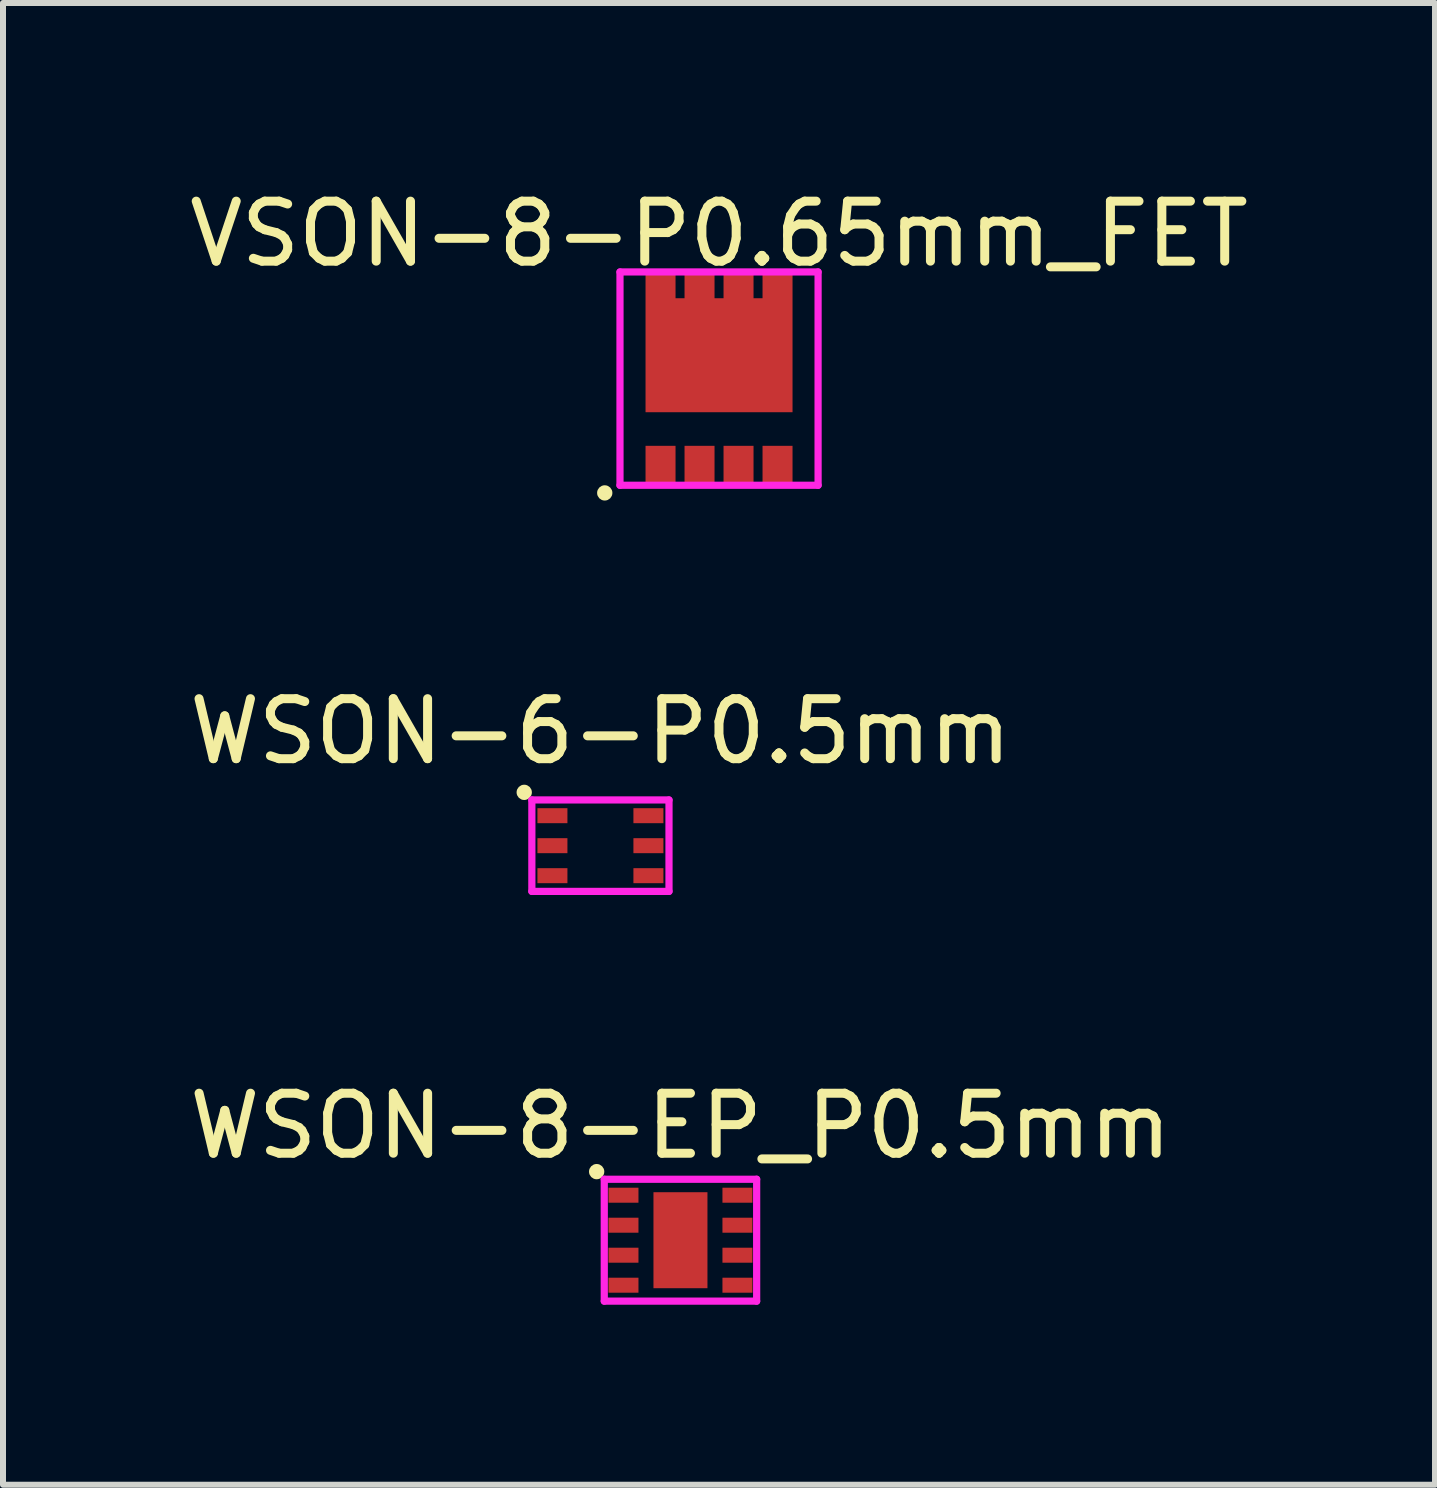
<source format=kicad_pcb>
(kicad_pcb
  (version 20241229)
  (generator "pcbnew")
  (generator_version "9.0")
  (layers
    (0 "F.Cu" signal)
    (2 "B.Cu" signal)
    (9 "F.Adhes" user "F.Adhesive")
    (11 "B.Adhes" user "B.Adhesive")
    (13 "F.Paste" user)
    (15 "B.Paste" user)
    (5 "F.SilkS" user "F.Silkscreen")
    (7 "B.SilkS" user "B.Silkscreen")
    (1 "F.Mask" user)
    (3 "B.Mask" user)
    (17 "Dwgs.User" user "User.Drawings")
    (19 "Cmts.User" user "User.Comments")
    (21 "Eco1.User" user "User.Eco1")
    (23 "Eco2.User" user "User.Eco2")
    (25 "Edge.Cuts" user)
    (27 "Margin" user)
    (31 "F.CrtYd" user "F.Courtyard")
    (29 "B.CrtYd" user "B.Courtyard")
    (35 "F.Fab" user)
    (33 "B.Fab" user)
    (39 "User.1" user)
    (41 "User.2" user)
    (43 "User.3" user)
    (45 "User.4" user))
  (footprint "WSON-6-P0.5mm"
    (layer "F.Cu")
    (at 6.958 11.046)
    (property "Reference" "WSON-6-P0.5mm" (at 0 -1.905 0) (layer "F.SilkS") (effects (font (size 1 1) (thickness 0.15))))
    (attr through_hole)
    (fp_circle (center -1.27 -0.889) (end -1.206 -0.889) (stroke (width 0.127) (type solid)) (fill no) (layer "F.SilkS"))
    (fp_line (start -1.143 -0.762) (end -1.143 0.762) (stroke (width 0.12) (type solid)) (layer "F.CrtYd"))
    (fp_line (start -1.143 0.762) (end 1.143 0.762) (stroke (width 0.12) (type solid)) (layer "F.CrtYd"))
    (fp_line (start 1.143 -0.762) (end -1.143 -0.762) (stroke (width 0.12) (type solid)) (layer "F.CrtYd"))
    (fp_line (start 1.143 0.762) (end 1.143 -0.762) (stroke (width 0.12) (type solid)) (layer "F.CrtYd"))
    (pad "1" smd rect (at -0.8 -0.5) (size 0.5 0.25) (layers "F.Cu" "F.Mask" "F.Paste"))
    (pad "2" smd rect (at -0.8 0) (size 0.5 0.25) (layers "F.Cu" "F.Mask" "F.Paste"))
    (pad "3" smd rect (at -0.8 0.5) (size 0.5 0.25) (layers "F.Cu" "F.Mask" "F.Paste"))
    (pad "4" smd rect (at 0.8 0.5) (size 0.5 0.25) (layers "F.Cu" "F.Mask" "F.Paste"))
    (pad "5" smd rect (at 0.8 0) (size 0.5 0.25) (layers "F.Cu" "F.Mask" "F.Paste"))
    (pad "6" smd rect (at 0.8 -0.5) (size 0.5 0.25) (layers "F.Cu" "F.Mask" "F.Paste")))
  (footprint "VSON-8-P0.65mm_FET"
    (layer "F.Cu")
    (at 8.935 3.261)
    (property "Reference" "VSON-8-P0.65mm_FET" (at 0 -2.413 0) (layer "F.SilkS") (effects (font (size 1 1) (thickness 0.15))))
    (attr smd)
    (fp_circle (center -1.905 1.905) (end -1.841 1.905) (stroke (width 0.127) (type solid)) (fill no) (layer "F.SilkS"))
    (fp_line (start -1.651 -1.778) (end -1.651 1.778) (stroke (width 0.12) (type solid)) (layer "F.CrtYd"))
    (fp_line (start -1.651 1.778) (end 1.651 1.778) (stroke (width 0.12) (type solid)) (layer "F.CrtYd"))
    (fp_line (start 1.651 -1.778) (end -1.651 -1.778) (stroke (width 0.12) (type solid)) (layer "F.CrtYd"))
    (fp_line (start 1.651 1.778) (end 1.651 -1.778) (stroke (width 0.12) (type solid)) (layer "F.CrtYd"))
    (pad "1" smd rect (at -0.975 1.435) (size 0.5 0.63) (layers "F.Cu" "F.Mask" "F.Paste"))
    (pad "1" smd rect (at -0.325 1.435) (size 0.5 0.63) (layers "F.Cu" "F.Mask" "F.Paste"))
    (pad "1" smd rect (at 0.325 1.435) (size 0.5 0.63) (layers "F.Cu" "F.Mask" "F.Paste"))
    (pad "2" smd rect (at 0.975 1.435) (size 0.5 0.63) (layers "F.Cu" "F.Mask" "F.Paste"))
    (pad "3" smd custom (at 0 0) (size 0.5 0.63) (layers "F.Cu" "F.Mask" "F.Paste") (options (anchor rect)) (primitives (gr_poly (pts (xy 1.225 0.56) (xy 1.225 -1.75) (xy 0.725 -1.75) (xy 0.725 -1.34) (xy 0.575 -1.34) (xy 0.575 -1.75) (xy 0.075 -1.75) (xy 0.075 -1.34) (xy -0.075 -1.34) (xy -0.075 -1.75) (xy -0.575 -1.75) (xy -0.575 -1.34) (xy -0.725 -1.34) (xy -0.725 -1.75) (xy -1.225 -1.75) (xy -1.225 0.56)) (width 0) (fill yes)))))
  (footprint "WSON-8-EP_P0.5mm"
    (layer "F.Cu")
    (at 8.292 17.622)
    (property "Reference" "WSON-8-EP_P0.5mm" (at 0 -1.905 0) (layer "F.SilkS") (effects (font (size 1 1) (thickness 0.15))))
    (attr through_hole)
    (fp_circle (center -1.397 -1.143) (end -1.333 -1.143) (stroke (width 0.127) (type solid)) (fill no) (layer "F.SilkS"))
    (fp_line (start -1.27 -1.016) (end -1.27 1.016) (stroke (width 0.12) (type solid)) (layer "F.CrtYd"))
    (fp_line (start -1.27 1.016) (end 1.27 1.016) (stroke (width 0.12) (type solid)) (layer "F.CrtYd"))
    (fp_line (start 1.27 -1.016) (end -1.27 -1.016) (stroke (width 0.12) (type solid)) (layer "F.CrtYd"))
    (fp_line (start 1.27 1.016) (end 1.27 -1.016) (stroke (width 0.12) (type solid)) (layer "F.CrtYd"))
    (pad "1" smd rect (at -0.95 -0.75) (size 0.5 0.25) (layers "F.Cu" "F.Mask" "F.Paste"))
    (pad "2" smd rect (at -0.95 -0.25) (size 0.5 0.25) (layers "F.Cu" "F.Mask" "F.Paste"))
    (pad "3" smd rect (at -0.95 0.25) (size 0.5 0.25) (layers "F.Cu" "F.Mask" "F.Paste"))
    (pad "4" smd rect (at -0.95 0.75) (size 0.5 0.25) (layers "F.Cu" "F.Mask" "F.Paste"))
    (pad "5" smd rect (at 0.95 0.75) (size 0.5 0.25) (layers "F.Cu" "F.Mask" "F.Paste"))
    (pad "6" smd rect (at 0.95 0.25) (size 0.5 0.25) (layers "F.Cu" "F.Mask" "F.Paste"))
    (pad "7" smd rect (at 0.95 -0.25) (size 0.5 0.25) (layers "F.Cu" "F.Mask" "F.Paste"))
    (pad "8" smd rect (at 0.95 -0.75) (size 0.5 0.25) (layers "F.Cu" "F.Mask" "F.Paste"))
    (pad "9" smd rect (at 0 0) (size 0.9 1.6) (layers "F.Cu" "F.Mask" "F.Paste")))
  (gr_rect
    (start -3 -3)
    (end 20.869 21.698)
    (stroke (width 0.1) (type default))
    (fill no)
    (layer "Edge.Cuts")))
</source>
